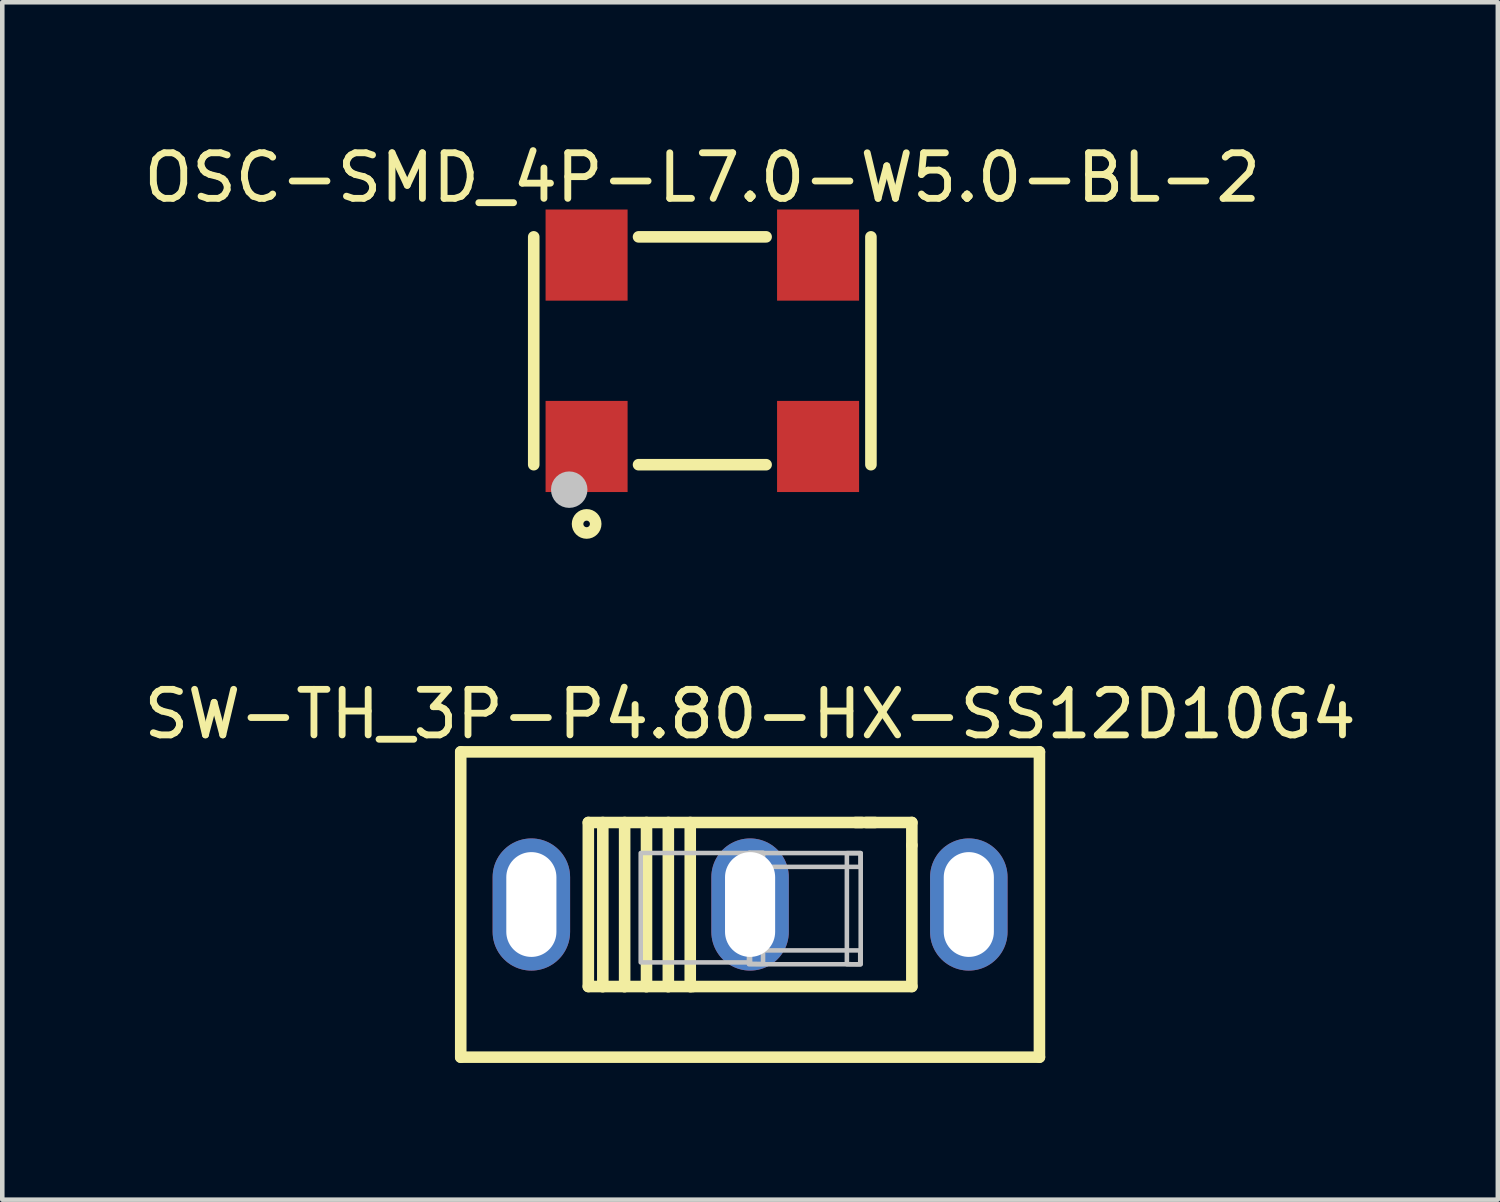
<source format=kicad_pcb>
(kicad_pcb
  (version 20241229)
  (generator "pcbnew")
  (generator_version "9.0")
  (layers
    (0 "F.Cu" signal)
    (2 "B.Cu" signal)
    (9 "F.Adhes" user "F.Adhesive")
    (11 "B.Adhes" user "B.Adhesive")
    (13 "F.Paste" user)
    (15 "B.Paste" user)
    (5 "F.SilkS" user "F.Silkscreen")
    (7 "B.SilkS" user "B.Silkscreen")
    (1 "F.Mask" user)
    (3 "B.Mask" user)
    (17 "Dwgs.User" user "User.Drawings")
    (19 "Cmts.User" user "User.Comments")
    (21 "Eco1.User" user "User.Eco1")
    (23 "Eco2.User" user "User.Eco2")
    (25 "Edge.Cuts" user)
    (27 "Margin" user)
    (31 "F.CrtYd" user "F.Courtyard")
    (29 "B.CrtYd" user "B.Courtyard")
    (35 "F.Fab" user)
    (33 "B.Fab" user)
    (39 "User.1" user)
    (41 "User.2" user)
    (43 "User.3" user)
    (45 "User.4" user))
  (footprint "SW-TH_3P-P4.80-HX-SS12D10G4"
    (layer "F.Cu")
    (at 13.411 16.8)
    (property "Reference" "SW-TH_3P-P4.80-HX-SS12D10G4" (at 0 -4.177 0) (layer "F.SilkS") (effects (font (size 1 1) (thickness 0.15))))
    (fp_line (start -6.35 -3.35) (end -6.35 3.35) (stroke (width 0.254) (type default)) (layer "F.SilkS"))
    (fp_line (start -6.35 -3.35) (end 6.35 -3.35) (stroke (width 0.254) (type default)) (layer "F.SilkS"))
    (fp_line (start -3.55 -1.8) (end -3.55 1.8) (stroke (width 0.254) (type default)) (layer "F.SilkS"))
    (fp_line (start -3.55 1.8) (end 3.55 1.8) (stroke (width 0.254) (type default)) (layer "F.SilkS"))
    (fp_line (start -3.232 -1.8) (end -3.232 1.8) (stroke (width 0.254) (type default)) (layer "F.SilkS"))
    (fp_line (start -3.232 1.8) (end -3.242 1.8) (stroke (width 0.254) (type default)) (layer "F.SilkS"))
    (fp_line (start -2.753 -1.8) (end -2.753 1.8) (stroke (width 0.254) (type default)) (layer "F.SilkS"))
    (fp_line (start -2.753 1.8) (end -2.763 1.8) (stroke (width 0.254) (type default)) (layer "F.SilkS"))
    (fp_line (start -2.273 -1.8) (end -2.273 1.8) (stroke (width 0.254) (type default)) (layer "F.SilkS"))
    (fp_line (start -2.273 1.8) (end -2.283 1.8) (stroke (width 0.254) (type default)) (layer "F.SilkS"))
    (fp_line (start -1.794 -1.8) (end -1.794 1.8) (stroke (width 0.254) (type default)) (layer "F.SilkS"))
    (fp_line (start -1.794 1.8) (end -1.803 1.8) (stroke (width 0.254) (type default)) (layer "F.SilkS"))
    (fp_line (start -1.313 -1.8) (end -1.313 1.8) (stroke (width 0.254) (type default)) (layer "F.SilkS"))
    (fp_line (start -1.313 1.8) (end -1.257 1.8) (stroke (width 0.254) (type default)) (layer "F.SilkS"))
    (fp_line (start 2.45 -1.8) (end -3.55 -1.8) (stroke (width 0.254) (type default)) (layer "F.SilkS"))
    (fp_line (start 2.74 -1.8) (end 2.317 -1.8) (stroke (width 0.254) (type default)) (layer "F.SilkS"))
    (fp_line (start 3.55 -1.8) (end 2.55 -1.8) (stroke (width 0.254) (type default)) (layer "F.SilkS"))
    (fp_line (start 3.55 -1.3) (end 3.55 -1.8) (stroke (width 0.254) (type default)) (layer "F.SilkS"))
    (fp_line (start 3.55 1.8) (end 3.55 -1.3) (stroke (width 0.254) (type default)) (layer "F.SilkS"))
    (fp_line (start 6.35 -3.35) (end 6.35 3.35) (stroke (width 0.254) (type default)) (layer "F.SilkS"))
    (fp_line (start 6.35 3.35) (end -6.35 3.35) (stroke (width 0.254) (type default)) (layer "F.SilkS"))
    (fp_poly (pts (xy -2.4 -1.13) (xy 0 -1.13) (xy 0 1.27) (xy -2.4 1.27)) (stroke (width 0.1) (type default)) (fill no) (layer "Dwgs.User"))
    (fp_poly (pts (xy -0.021 1.007) (xy 2.378 1.007) (xy 2.417 1.007) (xy 2.417 1.311) (xy -0.024 1.311) (xy -0.024 1.21)) (stroke (width 0.1) (type default)) (fill no) (layer "Dwgs.User"))
    (fp_poly (pts (xy -0.019 1.301) (xy -0.019 -1.099) (xy -0.019 -1.137) (xy 0.284 -1.137) (xy 0.284 1.304) (xy 0.183 1.304)) (stroke (width 0.1) (type default)) (fill no) (layer "Dwgs.User"))
    (fp_poly (pts (xy -0.013 -1.129) (xy 2.387 -1.129) (xy 2.425 -1.129) (xy 2.425 -0.826) (xy -0.015 -0.826) (xy -0.015 -0.926)) (stroke (width 0.1) (type default)) (fill no) (layer "Dwgs.User"))
    (fp_poly (pts (xy 2.124 1.31) (xy 2.124 -1.089) (xy 2.124 -1.127) (xy 2.428 -1.127) (xy 2.428 1.312) (xy 2.328 1.312)) (stroke (width 0.1) (type default)) (fill no) (layer "Dwgs.User"))
    (fp_poly (pts (xy -5.2 -0.65) (xy -4.4 -0.65) (xy -4.4 0.65) (xy -5.2 0.65)) (stroke (width 0.1) (type default)) (fill no) (layer "User.1"))
    (fp_poly (pts (xy -0.4 -0.65) (xy 0.4 -0.65) (xy 0.4 0.65) (xy -0.4 0.65)) (stroke (width 0.1) (type default)) (fill no) (layer "User.1"))
    (fp_poly (pts (xy 4.4 -0.65) (xy 5.2 -0.65) (xy 5.2 0.65) (xy 4.4 0.65)) (stroke (width 0.1) (type default)) (fill no) (layer "User.1"))
    (fp_line (start -6.35 -3.35) (end 6.35 -3.35) (stroke (width 0.051) (type default)) (layer "User.2"))
    (fp_line (start -6.35 3.35) (end -6.35 -3.35) (stroke (width 0.051) (type default)) (layer "User.2"))
    (fp_line (start 6.35 -3.35) (end 6.35 3.35) (stroke (width 0.051) (type default)) (layer "User.2"))
    (fp_line (start 6.35 3.35) (end -6.35 3.35) (stroke (width 0.051) (type default)) (layer "User.2"))
    (fp_poly (pts (xy -6.295 3.327) (xy -6.327 3.295) (xy -6.373 3.295) (xy -6.405 3.327) (xy -6.405 3.373) (xy -6.373 3.405) (xy -6.327 3.405) (xy -6.295 3.373)) (stroke (width 0.1) (type default)) (fill no) (layer "User.3"))
    (pad "1" thru_hole oval (at -4.8 0) (size 1.7 2.9) (drill oval 1.1 2.3) (layers "*.Cu" "*.Mask"))
    (pad "2" thru_hole oval (at 0 0) (size 1.7 2.9) (drill oval 1.1 2.3) (layers "*.Cu" "*.Mask"))
    (pad "3" thru_hole oval (at 4.8 0) (size 1.7 2.9) (drill oval 1.1 2.3) (layers "*.Cu" "*.Mask")))
  (footprint "OSC-SMD_4P-L7.0-W5.0-BL-2"
    (layer "F.Cu")
    (at 12.363 4.648)
    (property "Reference" "OSC-SMD_4P-L7.0-W5.0-BL-2" (at 0 -3.8 0) (layer "F.SilkS") (effects (font (size 1 1) (thickness 0.15))))
    (fp_line (start -3.7 -2.5) (end -3.7 2.5) (stroke (width 0.254) (type default)) (layer "F.SilkS"))
    (fp_line (start -1.4 -2.5) (end 1.4 -2.5) (stroke (width 0.254) (type default)) (layer "F.SilkS"))
    (fp_line (start -1.4 2.5) (end 1.4 2.5) (stroke (width 0.254) (type default)) (layer "F.SilkS"))
    (fp_line (start 3.7 -2.5) (end 3.7 2.5) (stroke (width 0.254) (type default)) (layer "F.SilkS"))
    (fp_circle (center -2.539 3.8) (end -2.34 3.8) (stroke (width 0.254) (type default)) (fill no) (layer "F.SilkS"))
    (fp_circle (center -2.921 3.048) (end -2.721 3.048) (stroke (width 0.4) (type default)) (fill no) (layer "Dwgs.User"))
    (fp_poly (pts (xy -3.24 -1.3) (xy -3.24 -2.5) (xy -1.84 -2.5) (xy -1.84 -1.3)) (stroke (width 0.1) (type default)) (fill no) (layer "User.1"))
    (fp_poly (pts (xy -3.24 2.5) (xy -3.24 1.3) (xy -1.84 1.3) (xy -1.84 2.5)) (stroke (width 0.1) (type default)) (fill no) (layer "User.1"))
    (fp_poly (pts (xy 1.84 -1.3) (xy 1.84 -2.5) (xy 3.24 -2.5) (xy 3.24 -1.3)) (stroke (width 0.1) (type default)) (fill no) (layer "User.1"))
    (fp_poly (pts (xy 1.84 2.5) (xy 1.84 1.3) (xy 3.24 1.3) (xy 3.24 2.5)) (stroke (width 0.1) (type default)) (fill no) (layer "User.1"))
    (fp_line (start -3.5 -2.5) (end 3.5 -2.5) (stroke (width 0.051) (type default)) (layer "User.2"))
    (fp_line (start -3.5 2.5) (end -3.5 -2.5) (stroke (width 0.051) (type default)) (layer "User.2"))
    (fp_line (start 3.5 -2.5) (end 3.5 2.5) (stroke (width 0.051) (type default)) (layer "User.2"))
    (fp_line (start 3.5 2.5) (end -3.5 2.5) (stroke (width 0.051) (type default)) (layer "User.2"))
    (fp_poly (pts (xy -3.445 2.677) (xy -3.477 2.645) (xy -3.523 2.645) (xy -3.555 2.677) (xy -3.555 2.723) (xy -3.523 2.755) (xy -3.477 2.755) (xy -3.445 2.723)) (stroke (width 0.1) (type default)) (fill no) (layer "User.3"))
    (pad "1" smd rect (at -2.54 2.1) (size 1.8 2) (layers "F.Cu" "F.Mask" "F.Paste"))
    (pad "2" smd rect (at 2.54 2.1) (size 1.8 2) (layers "F.Cu" "F.Mask" "F.Paste"))
    (pad "3" smd rect (at 2.54 -2.1) (size 1.8 2) (layers "F.Cu" "F.Mask" "F.Paste"))
    (pad "4" smd rect (at -2.54 -2.1) (size 1.8 2) (layers "F.Cu" "F.Mask" "F.Paste")))
  (gr_rect
    (start -3 -3)
    (end 29.821 23.277)
    (stroke (width 0.1) (type default))
    (fill no)
    (layer "Edge.Cuts")))
</source>
